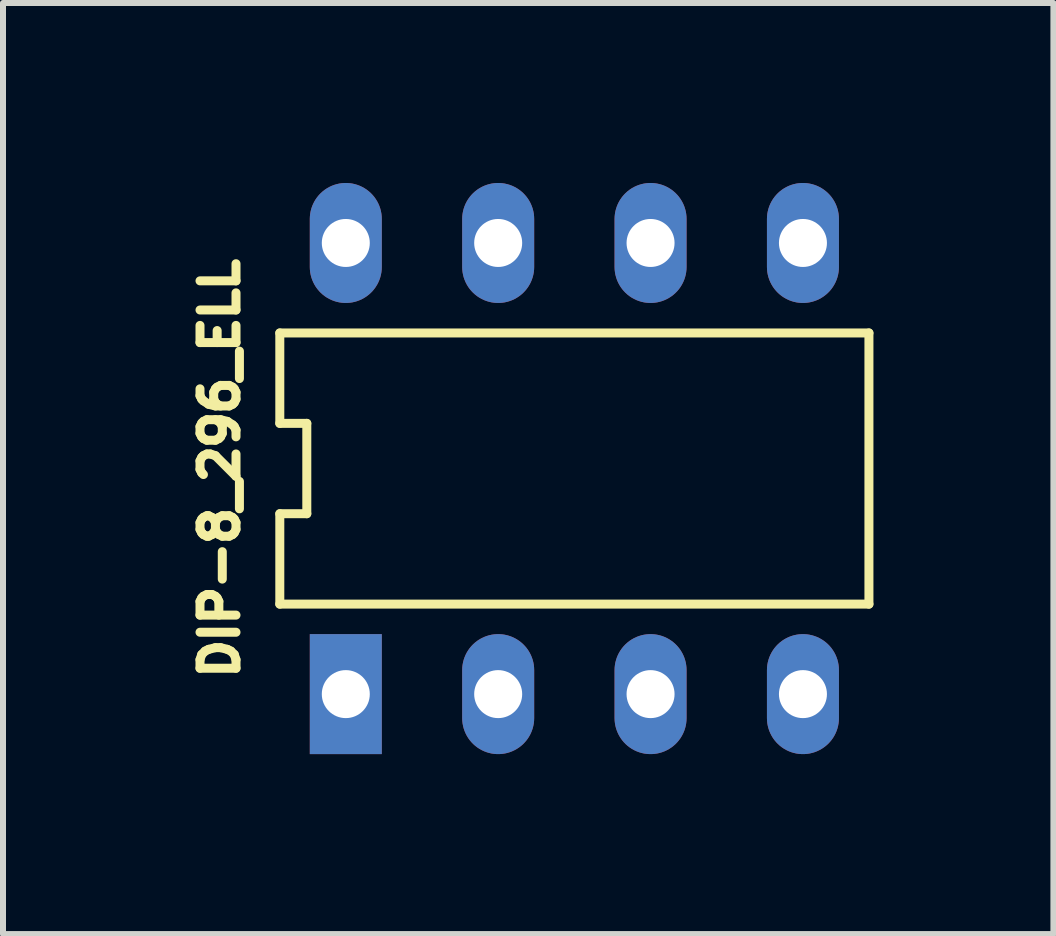
<source format=kicad_pcb>
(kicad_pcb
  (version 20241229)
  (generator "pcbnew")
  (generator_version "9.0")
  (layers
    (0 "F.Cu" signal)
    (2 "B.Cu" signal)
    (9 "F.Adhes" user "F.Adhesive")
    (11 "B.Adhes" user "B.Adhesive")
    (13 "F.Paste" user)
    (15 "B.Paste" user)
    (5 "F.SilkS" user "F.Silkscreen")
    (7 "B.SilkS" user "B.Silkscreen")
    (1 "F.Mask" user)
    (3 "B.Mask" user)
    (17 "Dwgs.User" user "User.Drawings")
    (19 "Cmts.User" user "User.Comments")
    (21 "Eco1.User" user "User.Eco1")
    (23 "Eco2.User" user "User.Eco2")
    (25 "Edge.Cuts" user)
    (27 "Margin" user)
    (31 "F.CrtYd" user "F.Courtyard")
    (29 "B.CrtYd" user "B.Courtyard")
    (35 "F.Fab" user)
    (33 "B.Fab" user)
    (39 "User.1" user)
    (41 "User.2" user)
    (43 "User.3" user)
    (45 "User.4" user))
  (footprint "DIP-8_296_ELL"
    (layer "F.Cu")
    (at 6.524 4.76)
    (property "Reference" "DIP-8_296_ELL" (at -5.91 0 90) (layer "F.SilkS") (effects (font (size 0.6 0.6) (thickness 0.15))))
    (attr through_hole)
    (fp_line (start -4.91 -2.26) (end -4.91 -0.753) (stroke (width 0.15) (type solid)) (layer "F.SilkS"))
    (fp_line (start -4.91 -0.753) (end -4.46 -0.753) (stroke (width 0.15) (type solid)) (layer "F.SilkS"))
    (fp_line (start -4.91 0.753) (end -4.91 2.26) (stroke (width 0.15) (type solid)) (layer "F.SilkS"))
    (fp_line (start -4.91 2.26) (end 4.91 2.26) (stroke (width 0.15) (type solid)) (layer "F.SilkS"))
    (fp_line (start -4.46 -0.753) (end -4.46 0.753) (stroke (width 0.15) (type solid)) (layer "F.SilkS"))
    (fp_line (start -4.46 0.753) (end -4.91 0.753) (stroke (width 0.15) (type solid)) (layer "F.SilkS"))
    (fp_line (start 4.91 -2.26) (end -4.91 -2.26) (stroke (width 0.15) (type solid)) (layer "F.SilkS"))
    (fp_line (start 4.91 2.26) (end 4.91 -2.26) (stroke (width 0.15) (type solid)) (layer "F.SilkS"))
    (pad "1" thru_hole rect (at -3.81 3.76) (size 1.2 2) (drill 0.8) (layers "*.Cu" "*.Mask"))
    (pad "2" thru_hole oval (at -1.27 3.76) (size 1.2 2) (drill 0.8) (layers "*.Cu" "*.Mask"))
    (pad "3" thru_hole oval (at 1.27 3.76) (size 1.2 2) (drill 0.8) (layers "*.Cu" "*.Mask"))
    (pad "4" thru_hole oval (at 3.81 3.76) (size 1.2 2) (drill 0.8) (layers "*.Cu" "*.Mask"))
    (pad "5" thru_hole oval (at 3.81 -3.76) (size 1.2 2) (drill 0.8) (layers "*.Cu" "*.Mask"))
    (pad "6" thru_hole oval (at 1.27 -3.76) (size 1.2 2) (drill 0.8) (layers "*.Cu" "*.Mask"))
    (pad "7" thru_hole oval (at -1.27 -3.76) (size 1.2 2) (drill 0.8) (layers "*.Cu" "*.Mask"))
    (pad "8" thru_hole oval (at -3.81 -3.76) (size 1.2 2) (drill 0.8) (layers "*.Cu" "*.Mask")))
  (gr_rect
    (start -3 -3)
    (end 14.509 12.52)
    (stroke (width 0.1) (type default))
    (fill no)
    (layer "Edge.Cuts")))
</source>
